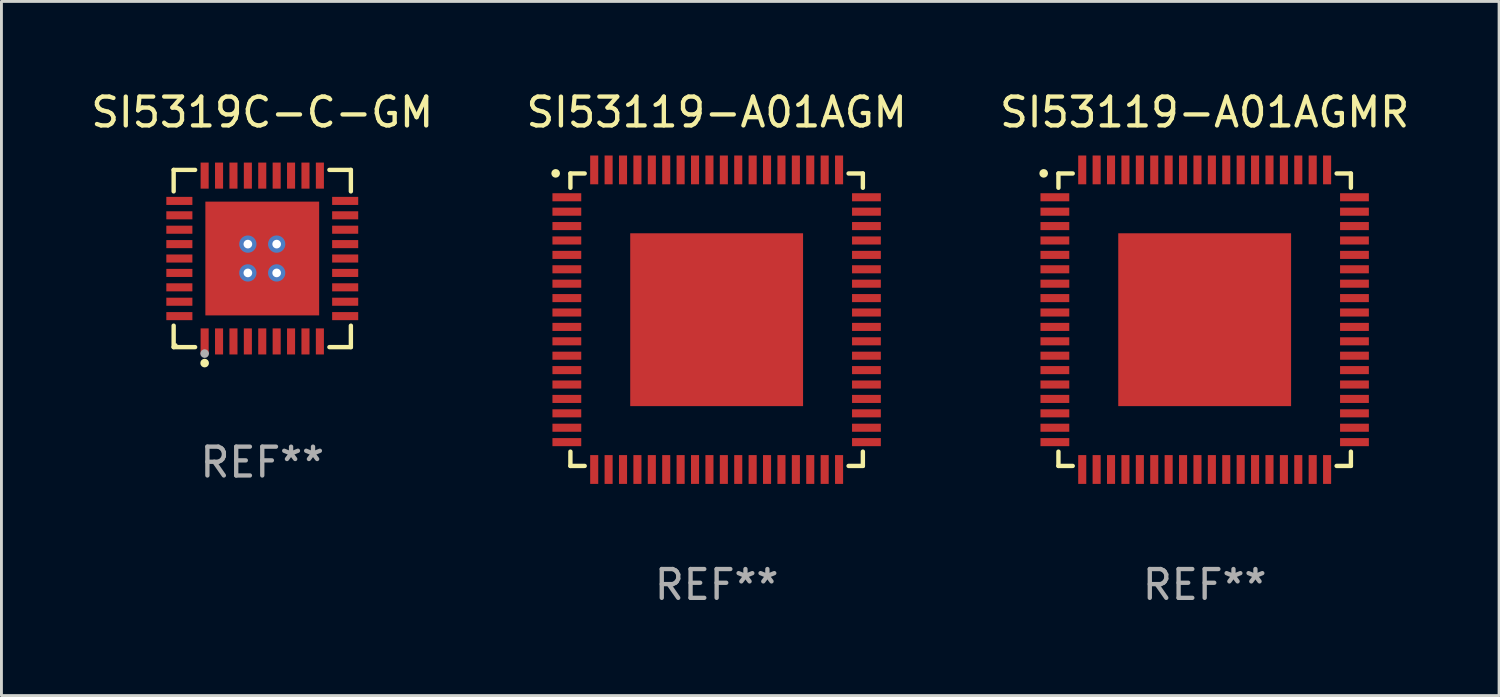
<source format=kicad_pcb>
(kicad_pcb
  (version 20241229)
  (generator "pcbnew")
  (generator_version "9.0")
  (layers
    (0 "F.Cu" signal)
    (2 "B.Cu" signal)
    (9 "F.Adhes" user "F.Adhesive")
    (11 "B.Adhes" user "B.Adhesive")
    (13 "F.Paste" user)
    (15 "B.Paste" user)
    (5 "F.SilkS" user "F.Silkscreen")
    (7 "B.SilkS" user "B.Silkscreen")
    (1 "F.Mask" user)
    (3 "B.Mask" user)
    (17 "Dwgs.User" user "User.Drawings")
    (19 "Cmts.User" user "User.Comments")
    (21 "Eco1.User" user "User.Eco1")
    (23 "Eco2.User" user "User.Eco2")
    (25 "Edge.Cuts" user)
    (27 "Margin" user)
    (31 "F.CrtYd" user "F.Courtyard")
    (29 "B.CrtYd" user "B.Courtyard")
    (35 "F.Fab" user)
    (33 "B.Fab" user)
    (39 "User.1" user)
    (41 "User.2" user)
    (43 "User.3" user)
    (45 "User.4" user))
  (footprint "SI53119-A01AGMR"
    (layer "F.Cu")
    (at 38.768 8.048)
    (property "Reference" "SI53119-A01AGMR" (at 0 -7.2 0) (layer "F.SilkS") (effects (font (size 1 1) (thickness 0.15))))
    (attr through_hole)
    (fp_line (start -5.076 -5.076) (end -5.076 -4.58) (stroke (width 0.152) (type solid)) (layer "F.SilkS"))
    (fp_line (start -5.076 5.076) (end -5.076 4.58) (stroke (width 0.152) (type solid)) (layer "F.SilkS"))
    (fp_line (start -4.58 -5.076) (end -5.076 -5.076) (stroke (width 0.152) (type solid)) (layer "F.SilkS"))
    (fp_line (start -4.58 5.076) (end -5.076 5.076) (stroke (width 0.152) (type solid)) (layer "F.SilkS"))
    (fp_line (start 4.58 -5.076) (end 5.076 -5.076) (stroke (width 0.152) (type solid)) (layer "F.SilkS"))
    (fp_line (start 4.58 5.076) (end 5.076 5.076) (stroke (width 0.152) (type solid)) (layer "F.SilkS"))
    (fp_line (start 5.076 -5.076) (end 5.076 -4.58) (stroke (width 0.152) (type solid)) (layer "F.SilkS"))
    (fp_line (start 5.076 5.076) (end 5.076 4.58) (stroke (width 0.152) (type solid)) (layer "F.SilkS"))
    (fp_circle (center -5.588 -5.08) (end -5.513 -5.08) (stroke (width 0.15) (type solid)) (fill no) (layer "F.SilkS"))
    (fp_text user "REF**" (at 0 9.2 0) (layer "F.Fab") (effects (font (size 1 1) (thickness 0.15))))
    (pad "1" smd rect (at -5.2 -4.25 270) (size 0.28 1) (layers "F.Cu" "F.Mask" "F.Paste"))
    (pad "2" smd rect (at -5.2 -3.75 270) (size 0.28 1) (layers "F.Cu" "F.Mask" "F.Paste"))
    (pad "3" smd rect (at -5.2 -3.25 270) (size 0.28 1) (layers "F.Cu" "F.Mask" "F.Paste"))
    (pad "4" smd rect (at -5.2 -2.75 270) (size 0.28 1) (layers "F.Cu" "F.Mask" "F.Paste"))
    (pad "5" smd rect (at -5.2 -2.25 270) (size 0.28 1) (layers "F.Cu" "F.Mask" "F.Paste"))
    (pad "6" smd rect (at -5.2 -1.75 270) (size 0.28 1) (layers "F.Cu" "F.Mask" "F.Paste"))
    (pad "7" smd rect (at -5.2 -1.25 270) (size 0.28 1) (layers "F.Cu" "F.Mask" "F.Paste"))
    (pad "8" smd rect (at -5.2 -0.75 270) (size 0.28 1) (layers "F.Cu" "F.Mask" "F.Paste"))
    (pad "9" smd rect (at -5.2 -0.25 270) (size 0.28 1) (layers "F.Cu" "F.Mask" "F.Paste"))
    (pad "10" smd rect (at -5.2 0.25 270) (size 0.28 1) (layers "F.Cu" "F.Mask" "F.Paste"))
    (pad "11" smd rect (at -5.2 0.75 270) (size 0.28 1) (layers "F.Cu" "F.Mask" "F.Paste"))
    (pad "12" smd rect (at -5.2 1.25 270) (size 0.28 1) (layers "F.Cu" "F.Mask" "F.Paste"))
    (pad "13" smd rect (at -5.2 1.75 270) (size 0.28 1) (layers "F.Cu" "F.Mask" "F.Paste"))
    (pad "14" smd rect (at -5.2 2.25 270) (size 0.28 1) (layers "F.Cu" "F.Mask" "F.Paste"))
    (pad "15" smd rect (at -5.2 2.75 270) (size 0.28 1) (layers "F.Cu" "F.Mask" "F.Paste"))
    (pad "16" smd rect (at -5.2 3.25 270) (size 0.28 1) (layers "F.Cu" "F.Mask" "F.Paste"))
    (pad "17" smd rect (at -5.2 3.75 270) (size 0.28 1) (layers "F.Cu" "F.Mask" "F.Paste"))
    (pad "18" smd rect (at -5.2 4.25 270) (size 0.28 1) (layers "F.Cu" "F.Mask" "F.Paste"))
    (pad "19" smd rect (at -4.25 5.2 270) (size 1 0.28) (layers "F.Cu" "F.Mask" "F.Paste"))
    (pad "20" smd rect (at -3.75 5.2 270) (size 1 0.28) (layers "F.Cu" "F.Mask" "F.Paste"))
    (pad "21" smd rect (at -3.25 5.2 270) (size 1 0.28) (layers "F.Cu" "F.Mask" "F.Paste"))
    (pad "22" smd rect (at -2.75 5.2 270) (size 1 0.28) (layers "F.Cu" "F.Mask" "F.Paste"))
    (pad "23" smd rect (at -2.25 5.2 270) (size 1 0.28) (layers "F.Cu" "F.Mask" "F.Paste"))
    (pad "24" smd rect (at -1.75 5.2 270) (size 1 0.28) (layers "F.Cu" "F.Mask" "F.Paste"))
    (pad "25" smd rect (at -1.25 5.2 270) (size 1 0.28) (layers "F.Cu" "F.Mask" "F.Paste"))
    (pad "26" smd rect (at -0.75 5.2 270) (size 1 0.28) (layers "F.Cu" "F.Mask" "F.Paste"))
    (pad "27" smd rect (at -0.25 5.2 270) (size 1 0.28) (layers "F.Cu" "F.Mask" "F.Paste"))
    (pad "28" smd rect (at 0.25 5.2 270) (size 1 0.28) (layers "F.Cu" "F.Mask" "F.Paste"))
    (pad "29" smd rect (at 0.75 5.2 270) (size 1 0.28) (layers "F.Cu" "F.Mask" "F.Paste"))
    (pad "30" smd rect (at 1.25 5.2 270) (size 1 0.28) (layers "F.Cu" "F.Mask" "F.Paste"))
    (pad "31" smd rect (at 1.75 5.2 270) (size 1 0.28) (layers "F.Cu" "F.Mask" "F.Paste"))
    (pad "32" smd rect (at 2.25 5.2 270) (size 1 0.28) (layers "F.Cu" "F.Mask" "F.Paste"))
    (pad "33" smd rect (at 2.75 5.2 270) (size 1 0.28) (layers "F.Cu" "F.Mask" "F.Paste"))
    (pad "34" smd rect (at 3.25 5.2 270) (size 1 0.28) (layers "F.Cu" "F.Mask" "F.Paste"))
    (pad "35" smd rect (at 3.75 5.2 270) (size 1 0.28) (layers "F.Cu" "F.Mask" "F.Paste"))
    (pad "36" smd rect (at 4.25 5.2 270) (size 1 0.28) (layers "F.Cu" "F.Mask" "F.Paste"))
    (pad "37" smd rect (at 5.2 4.25 270) (size 0.28 1) (layers "F.Cu" "F.Mask" "F.Paste"))
    (pad "38" smd rect (at 5.2 3.75 270) (size 0.28 1) (layers "F.Cu" "F.Mask" "F.Paste"))
    (pad "39" smd rect (at 5.2 3.25 270) (size 0.28 1) (layers "F.Cu" "F.Mask" "F.Paste"))
    (pad "40" smd rect (at 5.2 2.75 270) (size 0.28 1) (layers "F.Cu" "F.Mask" "F.Paste"))
    (pad "41" smd rect (at 5.2 2.25 270) (size 0.28 1) (layers "F.Cu" "F.Mask" "F.Paste"))
    (pad "42" smd rect (at 5.2 1.75 270) (size 0.28 1) (layers "F.Cu" "F.Mask" "F.Paste"))
    (pad "43" smd rect (at 5.2 1.25 270) (size 0.28 1) (layers "F.Cu" "F.Mask" "F.Paste"))
    (pad "44" smd rect (at 5.2 0.75 270) (size 0.28 1) (layers "F.Cu" "F.Mask" "F.Paste"))
    (pad "45" smd rect (at 5.2 0.25 270) (size 0.28 1) (layers "F.Cu" "F.Mask" "F.Paste"))
    (pad "46" smd rect (at 5.2 -0.25 270) (size 0.28 1) (layers "F.Cu" "F.Mask" "F.Paste"))
    (pad "47" smd rect (at 5.2 -0.75 270) (size 0.28 1) (layers "F.Cu" "F.Mask" "F.Paste"))
    (pad "48" smd rect (at 5.2 -1.25 270) (size 0.28 1) (layers "F.Cu" "F.Mask" "F.Paste"))
    (pad "49" smd rect (at 5.2 -1.75 270) (size 0.28 1) (layers "F.Cu" "F.Mask" "F.Paste"))
    (pad "50" smd rect (at 5.2 -2.25 270) (size 0.28 1) (layers "F.Cu" "F.Mask" "F.Paste"))
    (pad "51" smd rect (at 5.2 -2.75 270) (size 0.28 1) (layers "F.Cu" "F.Mask" "F.Paste"))
    (pad "52" smd rect (at 5.2 -3.25 270) (size 0.28 1) (layers "F.Cu" "F.Mask" "F.Paste"))
    (pad "53" smd rect (at 5.2 -3.75 270) (size 0.28 1) (layers "F.Cu" "F.Mask" "F.Paste"))
    (pad "54" smd rect (at 5.2 -4.25 270) (size 0.28 1) (layers "F.Cu" "F.Mask" "F.Paste"))
    (pad "55" smd rect (at 4.25 -5.2 270) (size 1 0.28) (layers "F.Cu" "F.Mask" "F.Paste"))
    (pad "56" smd rect (at 3.75 -5.2 270) (size 1 0.28) (layers "F.Cu" "F.Mask" "F.Paste"))
    (pad "57" smd rect (at 3.25 -5.2 270) (size 1 0.28) (layers "F.Cu" "F.Mask" "F.Paste"))
    (pad "58" smd rect (at 2.75 -5.2 270) (size 1 0.28) (layers "F.Cu" "F.Mask" "F.Paste"))
    (pad "59" smd rect (at 2.25 -5.2 270) (size 1 0.28) (layers "F.Cu" "F.Mask" "F.Paste"))
    (pad "60" smd rect (at 1.75 -5.2 270) (size 1 0.28) (layers "F.Cu" "F.Mask" "F.Paste"))
    (pad "61" smd rect (at 1.25 -5.2 270) (size 1 0.28) (layers "F.Cu" "F.Mask" "F.Paste"))
    (pad "62" smd rect (at 0.75 -5.2 270) (size 1 0.28) (layers "F.Cu" "F.Mask" "F.Paste"))
    (pad "63" smd rect (at 0.25 -5.2 270) (size 1 0.28) (layers "F.Cu" "F.Mask" "F.Paste"))
    (pad "64" smd rect (at -0.25 -5.2 270) (size 1 0.28) (layers "F.Cu" "F.Mask" "F.Paste"))
    (pad "65" smd rect (at -0.75 -5.2 270) (size 1 0.28) (layers "F.Cu" "F.Mask" "F.Paste"))
    (pad "66" smd rect (at -1.25 -5.2 270) (size 1 0.28) (layers "F.Cu" "F.Mask" "F.Paste"))
    (pad "67" smd rect (at -1.75 -5.2 270) (size 1 0.28) (layers "F.Cu" "F.Mask" "F.Paste"))
    (pad "68" smd rect (at -2.25 -5.2 270) (size 1 0.28) (layers "F.Cu" "F.Mask" "F.Paste"))
    (pad "69" smd rect (at -2.75 -5.2 270) (size 1 0.28) (layers "F.Cu" "F.Mask" "F.Paste"))
    (pad "70" smd rect (at -3.25 -5.2 270) (size 1 0.28) (layers "F.Cu" "F.Mask" "F.Paste"))
    (pad "71" smd rect (at -3.75 -5.2 270) (size 1 0.28) (layers "F.Cu" "F.Mask" "F.Paste"))
    (pad "72" smd rect (at -4.25 -5.2 270) (size 1 0.28) (layers "F.Cu" "F.Mask" "F.Paste"))
    (pad "73" smd rect (at 0.000025 -0.000076 270) (size 6 6) (layers "F.Cu" "F.Mask" "F.Paste")))
  (footprint "SI5319C-C-GM"
    (layer "F.Cu")
    (at 6.054 5.924)
    (property "Reference" "SI5319C-C-GM" (at 0 -5.076 0) (layer "F.SilkS") (effects (font (size 1 1) (thickness 0.15))))
    (attr through_hole)
    (fp_line (start -3.076 -3.076) (end -2.331 -3.076) (stroke (width 0.152) (type solid)) (layer "F.SilkS"))
    (fp_line (start -3.076 -2.331) (end -3.076 -3.076) (stroke (width 0.152) (type solid)) (layer "F.SilkS"))
    (fp_line (start -3.076 2.331) (end -3.076 3.076) (stroke (width 0.152) (type solid)) (layer "F.SilkS"))
    (fp_line (start -3.076 3.076) (end -2.331 3.076) (stroke (width 0.152) (type solid)) (layer "F.SilkS"))
    (fp_line (start 3.076 -3.076) (end 2.331 -3.076) (stroke (width 0.152) (type solid)) (layer "F.SilkS"))
    (fp_line (start 3.076 -2.331) (end 3.076 -3.076) (stroke (width 0.152) (type solid)) (layer "F.SilkS"))
    (fp_line (start 3.076 2.331) (end 3.076 3.076) (stroke (width 0.152) (type solid)) (layer "F.SilkS"))
    (fp_line (start 3.076 3.076) (end 2.331 3.076) (stroke (width 0.152) (type solid)) (layer "F.SilkS"))
    (fp_circle (center -3 3) (end -2.97 3) (stroke (width 0.06) (type solid)) (fill no) (layer "F.SilkS"))
    (fp_circle (center -2 3.63) (end -1.925 3.63) (stroke (width 0.15) (type solid)) (fill no) (layer "F.SilkS"))
    (fp_circle (center -2 3.3) (end -1.925 3.3) (stroke (width 0.15) (type solid)) (fill no) (layer "F.Fab"))
    (fp_text user "REF**" (at 0 7.076 0) (layer "F.Fab") (effects (font (size 1 1) (thickness 0.15))))
    (pad "1" smd rect (at -2 2.878) (size 0.28 0.905) (layers "F.Cu" "F.Mask" "F.Paste"))
    (pad "2" smd rect (at -1.5 2.878) (size 0.28 0.905) (layers "F.Cu" "F.Mask" "F.Paste"))
    (pad "3" smd rect (at -1 2.878) (size 0.28 0.905) (layers "F.Cu" "F.Mask" "F.Paste"))
    (pad "4" smd rect (at -0.5 2.878) (size 0.28 0.905) (layers "F.Cu" "F.Mask" "F.Paste"))
    (pad "5" smd rect (at 0 2.878) (size 0.28 0.905) (layers "F.Cu" "F.Mask" "F.Paste"))
    (pad "6" smd rect (at 0.5 2.878) (size 0.28 0.905) (layers "F.Cu" "F.Mask" "F.Paste"))
    (pad "7" smd rect (at 1 2.878) (size 0.28 0.905) (layers "F.Cu" "F.Mask" "F.Paste"))
    (pad "8" smd rect (at 1.5 2.878) (size 0.28 0.905) (layers "F.Cu" "F.Mask" "F.Paste"))
    (pad "9" smd rect (at 2 2.878) (size 0.28 0.905) (layers "F.Cu" "F.Mask" "F.Paste"))
    (pad "10" smd rect (at 2.878 2) (size 0.905 0.28) (layers "F.Cu" "F.Mask" "F.Paste"))
    (pad "11" smd rect (at 2.878 1.5) (size 0.905 0.28) (layers "F.Cu" "F.Mask" "F.Paste"))
    (pad "12" smd rect (at 2.878 1) (size 0.905 0.28) (layers "F.Cu" "F.Mask" "F.Paste"))
    (pad "13" smd rect (at 2.878 0.5) (size 0.905 0.28) (layers "F.Cu" "F.Mask" "F.Paste"))
    (pad "14" smd rect (at 2.878 0) (size 0.905 0.28) (layers "F.Cu" "F.Mask" "F.Paste"))
    (pad "15" smd rect (at 2.878 -0.5) (size 0.905 0.28) (layers "F.Cu" "F.Mask" "F.Paste"))
    (pad "16" smd rect (at 2.878 -1) (size 0.905 0.28) (layers "F.Cu" "F.Mask" "F.Paste"))
    (pad "17" smd rect (at 2.878 -1.5) (size 0.905 0.28) (layers "F.Cu" "F.Mask" "F.Paste"))
    (pad "18" smd rect (at 2.878 -2) (size 0.905 0.28) (layers "F.Cu" "F.Mask" "F.Paste"))
    (pad "19" smd rect (at 2 -2.878) (size 0.28 0.905) (layers "F.Cu" "F.Mask" "F.Paste"))
    (pad "20" smd rect (at 1.5 -2.878) (size 0.28 0.905) (layers "F.Cu" "F.Mask" "F.Paste"))
    (pad "21" smd rect (at 1 -2.878) (size 0.28 0.905) (layers "F.Cu" "F.Mask" "F.Paste"))
    (pad "22" smd rect (at 0.5 -2.878) (size 0.28 0.905) (layers "F.Cu" "F.Mask" "F.Paste"))
    (pad "23" smd rect (at 0 -2.878) (size 0.28 0.905) (layers "F.Cu" "F.Mask" "F.Paste"))
    (pad "24" smd rect (at -0.5 -2.878) (size 0.28 0.905) (layers "F.Cu" "F.Mask" "F.Paste"))
    (pad "25" smd rect (at -1 -2.878) (size 0.28 0.905) (layers "F.Cu" "F.Mask" "F.Paste"))
    (pad "26" smd rect (at -1.5 -2.878) (size 0.28 0.905) (layers "F.Cu" "F.Mask" "F.Paste"))
    (pad "27" smd rect (at -2 -2.878) (size 0.28 0.905) (layers "F.Cu" "F.Mask" "F.Paste"))
    (pad "28" smd rect (at -2.878 -2) (size 0.905 0.28) (layers "F.Cu" "F.Mask" "F.Paste"))
    (pad "29" smd rect (at -2.878 -1.5) (size 0.905 0.28) (layers "F.Cu" "F.Mask" "F.Paste"))
    (pad "30" smd rect (at -2.878 -1) (size 0.905 0.28) (layers "F.Cu" "F.Mask" "F.Paste"))
    (pad "31" smd rect (at -2.878 -0.5) (size 0.905 0.28) (layers "F.Cu" "F.Mask" "F.Paste"))
    (pad "32" smd rect (at -2.878 0) (size 0.905 0.28) (layers "F.Cu" "F.Mask" "F.Paste"))
    (pad "33" smd rect (at -2.878 0.5) (size 0.905 0.28) (layers "F.Cu" "F.Mask" "F.Paste"))
    (pad "34" smd rect (at -2.878 1) (size 0.905 0.28) (layers "F.Cu" "F.Mask" "F.Paste"))
    (pad "35" smd rect (at -2.878 1.5) (size 0.905 0.28) (layers "F.Cu" "F.Mask" "F.Paste"))
    (pad "36" smd rect (at -2.878 2) (size 0.905 0.28) (layers "F.Cu" "F.Mask" "F.Paste"))
    (pad "37" thru_hole circle (at -0.5 -0.5) (size 0.6 0.6) (drill 0.3) (layers "*.Cu" "*.Mask"))
    (pad "37" thru_hole circle (at -0.5 0.5) (size 0.6 0.6) (drill 0.3) (layers "*.Cu" "*.Mask"))
    (pad "37" smd rect (at 0 0) (size 3.95 3.95) (layers "F.Cu" "F.Mask" "F.Paste"))
    (pad "37" thru_hole circle (at 0.5 -0.5) (size 0.6 0.6) (drill 0.3) (layers "*.Cu" "*.Mask"))
    (pad "37" thru_hole circle (at 0.5 0.5) (size 0.6 0.6) (drill 0.3) (layers "*.Cu" "*.Mask")))
  (footprint "SI53119-A01AGM"
    (layer "F.Cu")
    (at 21.827 8.048)
    (property "Reference" "SI53119-A01AGM" (at 0 -7.2 0) (layer "F.SilkS") (effects (font (size 1 1) (thickness 0.15))))
    (attr through_hole)
    (fp_line (start -5.076 -5.076) (end -5.076 -4.58) (stroke (width 0.152) (type solid)) (layer "F.SilkS"))
    (fp_line (start -5.076 5.076) (end -5.076 4.58) (stroke (width 0.152) (type solid)) (layer "F.SilkS"))
    (fp_line (start -4.58 -5.076) (end -5.076 -5.076) (stroke (width 0.152) (type solid)) (layer "F.SilkS"))
    (fp_line (start -4.58 5.076) (end -5.076 5.076) (stroke (width 0.152) (type solid)) (layer "F.SilkS"))
    (fp_line (start 4.58 -5.076) (end 5.076 -5.076) (stroke (width 0.152) (type solid)) (layer "F.SilkS"))
    (fp_line (start 4.58 5.076) (end 5.076 5.076) (stroke (width 0.152) (type solid)) (layer "F.SilkS"))
    (fp_line (start 5.076 -5.076) (end 5.076 -4.58) (stroke (width 0.152) (type solid)) (layer "F.SilkS"))
    (fp_line (start 5.076 5.076) (end 5.076 4.58) (stroke (width 0.152) (type solid)) (layer "F.SilkS"))
    (fp_circle (center -5.588 -5.08) (end -5.513 -5.08) (stroke (width 0.15) (type solid)) (fill no) (layer "F.SilkS"))
    (fp_text user "REF**" (at 0 9.2 0) (layer "F.Fab") (effects (font (size 1 1) (thickness 0.15))))
    (pad "1" smd rect (at -5.2 -4.25 270) (size 0.28 1) (layers "F.Cu" "F.Mask" "F.Paste"))
    (pad "2" smd rect (at -5.2 -3.75 270) (size 0.28 1) (layers "F.Cu" "F.Mask" "F.Paste"))
    (pad "3" smd rect (at -5.2 -3.25 270) (size 0.28 1) (layers "F.Cu" "F.Mask" "F.Paste"))
    (pad "4" smd rect (at -5.2 -2.75 270) (size 0.28 1) (layers "F.Cu" "F.Mask" "F.Paste"))
    (pad "5" smd rect (at -5.2 -2.25 270) (size 0.28 1) (layers "F.Cu" "F.Mask" "F.Paste"))
    (pad "6" smd rect (at -5.2 -1.75 270) (size 0.28 1) (layers "F.Cu" "F.Mask" "F.Paste"))
    (pad "7" smd rect (at -5.2 -1.25 270) (size 0.28 1) (layers "F.Cu" "F.Mask" "F.Paste"))
    (pad "8" smd rect (at -5.2 -0.75 270) (size 0.28 1) (layers "F.Cu" "F.Mask" "F.Paste"))
    (pad "9" smd rect (at -5.2 -0.25 270) (size 0.28 1) (layers "F.Cu" "F.Mask" "F.Paste"))
    (pad "10" smd rect (at -5.2 0.25 270) (size 0.28 1) (layers "F.Cu" "F.Mask" "F.Paste"))
    (pad "11" smd rect (at -5.2 0.75 270) (size 0.28 1) (layers "F.Cu" "F.Mask" "F.Paste"))
    (pad "12" smd rect (at -5.2 1.25 270) (size 0.28 1) (layers "F.Cu" "F.Mask" "F.Paste"))
    (pad "13" smd rect (at -5.2 1.75 270) (size 0.28 1) (layers "F.Cu" "F.Mask" "F.Paste"))
    (pad "14" smd rect (at -5.2 2.25 270) (size 0.28 1) (layers "F.Cu" "F.Mask" "F.Paste"))
    (pad "15" smd rect (at -5.2 2.75 270) (size 0.28 1) (layers "F.Cu" "F.Mask" "F.Paste"))
    (pad "16" smd rect (at -5.2 3.25 270) (size 0.28 1) (layers "F.Cu" "F.Mask" "F.Paste"))
    (pad "17" smd rect (at -5.2 3.75 270) (size 0.28 1) (layers "F.Cu" "F.Mask" "F.Paste"))
    (pad "18" smd rect (at -5.2 4.25 270) (size 0.28 1) (layers "F.Cu" "F.Mask" "F.Paste"))
    (pad "19" smd rect (at -4.25 5.2 270) (size 1 0.28) (layers "F.Cu" "F.Mask" "F.Paste"))
    (pad "20" smd rect (at -3.75 5.2 270) (size 1 0.28) (layers "F.Cu" "F.Mask" "F.Paste"))
    (pad "21" smd rect (at -3.25 5.2 270) (size 1 0.28) (layers "F.Cu" "F.Mask" "F.Paste"))
    (pad "22" smd rect (at -2.75 5.2 270) (size 1 0.28) (layers "F.Cu" "F.Mask" "F.Paste"))
    (pad "23" smd rect (at -2.25 5.2 270) (size 1 0.28) (layers "F.Cu" "F.Mask" "F.Paste"))
    (pad "24" smd rect (at -1.75 5.2 270) (size 1 0.28) (layers "F.Cu" "F.Mask" "F.Paste"))
    (pad "25" smd rect (at -1.25 5.2 270) (size 1 0.28) (layers "F.Cu" "F.Mask" "F.Paste"))
    (pad "26" smd rect (at -0.75 5.2 270) (size 1 0.28) (layers "F.Cu" "F.Mask" "F.Paste"))
    (pad "27" smd rect (at -0.25 5.2 270) (size 1 0.28) (layers "F.Cu" "F.Mask" "F.Paste"))
    (pad "28" smd rect (at 0.25 5.2 270) (size 1 0.28) (layers "F.Cu" "F.Mask" "F.Paste"))
    (pad "29" smd rect (at 0.75 5.2 270) (size 1 0.28) (layers "F.Cu" "F.Mask" "F.Paste"))
    (pad "30" smd rect (at 1.25 5.2 270) (size 1 0.28) (layers "F.Cu" "F.Mask" "F.Paste"))
    (pad "31" smd rect (at 1.75 5.2 270) (size 1 0.28) (layers "F.Cu" "F.Mask" "F.Paste"))
    (pad "32" smd rect (at 2.25 5.2 270) (size 1 0.28) (layers "F.Cu" "F.Mask" "F.Paste"))
    (pad "33" smd rect (at 2.75 5.2 270) (size 1 0.28) (layers "F.Cu" "F.Mask" "F.Paste"))
    (pad "34" smd rect (at 3.25 5.2 270) (size 1 0.28) (layers "F.Cu" "F.Mask" "F.Paste"))
    (pad "35" smd rect (at 3.75 5.2 270) (size 1 0.28) (layers "F.Cu" "F.Mask" "F.Paste"))
    (pad "36" smd rect (at 4.25 5.2 270) (size 1 0.28) (layers "F.Cu" "F.Mask" "F.Paste"))
    (pad "37" smd rect (at 5.2 4.25 270) (size 0.28 1) (layers "F.Cu" "F.Mask" "F.Paste"))
    (pad "38" smd rect (at 5.2 3.75 270) (size 0.28 1) (layers "F.Cu" "F.Mask" "F.Paste"))
    (pad "39" smd rect (at 5.2 3.25 270) (size 0.28 1) (layers "F.Cu" "F.Mask" "F.Paste"))
    (pad "40" smd rect (at 5.2 2.75 270) (size 0.28 1) (layers "F.Cu" "F.Mask" "F.Paste"))
    (pad "41" smd rect (at 5.2 2.25 270) (size 0.28 1) (layers "F.Cu" "F.Mask" "F.Paste"))
    (pad "42" smd rect (at 5.2 1.75 270) (size 0.28 1) (layers "F.Cu" "F.Mask" "F.Paste"))
    (pad "43" smd rect (at 5.2 1.25 270) (size 0.28 1) (layers "F.Cu" "F.Mask" "F.Paste"))
    (pad "44" smd rect (at 5.2 0.75 270) (size 0.28 1) (layers "F.Cu" "F.Mask" "F.Paste"))
    (pad "45" smd rect (at 5.2 0.25 270) (size 0.28 1) (layers "F.Cu" "F.Mask" "F.Paste"))
    (pad "46" smd rect (at 5.2 -0.25 270) (size 0.28 1) (layers "F.Cu" "F.Mask" "F.Paste"))
    (pad "47" smd rect (at 5.2 -0.75 270) (size 0.28 1) (layers "F.Cu" "F.Mask" "F.Paste"))
    (pad "48" smd rect (at 5.2 -1.25 270) (size 0.28 1) (layers "F.Cu" "F.Mask" "F.Paste"))
    (pad "49" smd rect (at 5.2 -1.75 270) (size 0.28 1) (layers "F.Cu" "F.Mask" "F.Paste"))
    (pad "50" smd rect (at 5.2 -2.25 270) (size 0.28 1) (layers "F.Cu" "F.Mask" "F.Paste"))
    (pad "51" smd rect (at 5.2 -2.75 270) (size 0.28 1) (layers "F.Cu" "F.Mask" "F.Paste"))
    (pad "52" smd rect (at 5.2 -3.25 270) (size 0.28 1) (layers "F.Cu" "F.Mask" "F.Paste"))
    (pad "53" smd rect (at 5.2 -3.75 270) (size 0.28 1) (layers "F.Cu" "F.Mask" "F.Paste"))
    (pad "54" smd rect (at 5.2 -4.25 270) (size 0.28 1) (layers "F.Cu" "F.Mask" "F.Paste"))
    (pad "55" smd rect (at 4.25 -5.2 270) (size 1 0.28) (layers "F.Cu" "F.Mask" "F.Paste"))
    (pad "56" smd rect (at 3.75 -5.2 270) (size 1 0.28) (layers "F.Cu" "F.Mask" "F.Paste"))
    (pad "57" smd rect (at 3.25 -5.2 270) (size 1 0.28) (layers "F.Cu" "F.Mask" "F.Paste"))
    (pad "58" smd rect (at 2.75 -5.2 270) (size 1 0.28) (layers "F.Cu" "F.Mask" "F.Paste"))
    (pad "59" smd rect (at 2.25 -5.2 270) (size 1 0.28) (layers "F.Cu" "F.Mask" "F.Paste"))
    (pad "60" smd rect (at 1.75 -5.2 270) (size 1 0.28) (layers "F.Cu" "F.Mask" "F.Paste"))
    (pad "61" smd rect (at 1.25 -5.2 270) (size 1 0.28) (layers "F.Cu" "F.Mask" "F.Paste"))
    (pad "62" smd rect (at 0.75 -5.2 270) (size 1 0.28) (layers "F.Cu" "F.Mask" "F.Paste"))
    (pad "63" smd rect (at 0.25 -5.2 270) (size 1 0.28) (layers "F.Cu" "F.Mask" "F.Paste"))
    (pad "64" smd rect (at -0.25 -5.2 270) (size 1 0.28) (layers "F.Cu" "F.Mask" "F.Paste"))
    (pad "65" smd rect (at -0.75 -5.2 270) (size 1 0.28) (layers "F.Cu" "F.Mask" "F.Paste"))
    (pad "66" smd rect (at -1.25 -5.2 270) (size 1 0.28) (layers "F.Cu" "F.Mask" "F.Paste"))
    (pad "67" smd rect (at -1.75 -5.2 270) (size 1 0.28) (layers "F.Cu" "F.Mask" "F.Paste"))
    (pad "68" smd rect (at -2.25 -5.2 270) (size 1 0.28) (layers "F.Cu" "F.Mask" "F.Paste"))
    (pad "69" smd rect (at -2.75 -5.2 270) (size 1 0.28) (layers "F.Cu" "F.Mask" "F.Paste"))
    (pad "70" smd rect (at -3.25 -5.2 270) (size 1 0.28) (layers "F.Cu" "F.Mask" "F.Paste"))
    (pad "71" smd rect (at -3.75 -5.2 270) (size 1 0.28) (layers "F.Cu" "F.Mask" "F.Paste"))
    (pad "72" smd rect (at -4.25 -5.2 270) (size 1 0.28) (layers "F.Cu" "F.Mask" "F.Paste"))
    (pad "73" smd rect (at 0.000025 -0.000076 270) (size 6 6) (layers "F.Cu" "F.Mask" "F.Paste")))
  (gr_rect
    (start -3 -3)
    (end 48.988 21.096)
    (stroke (width 0.1) (type default))
    (fill no)
    (layer "Edge.Cuts")))
</source>
